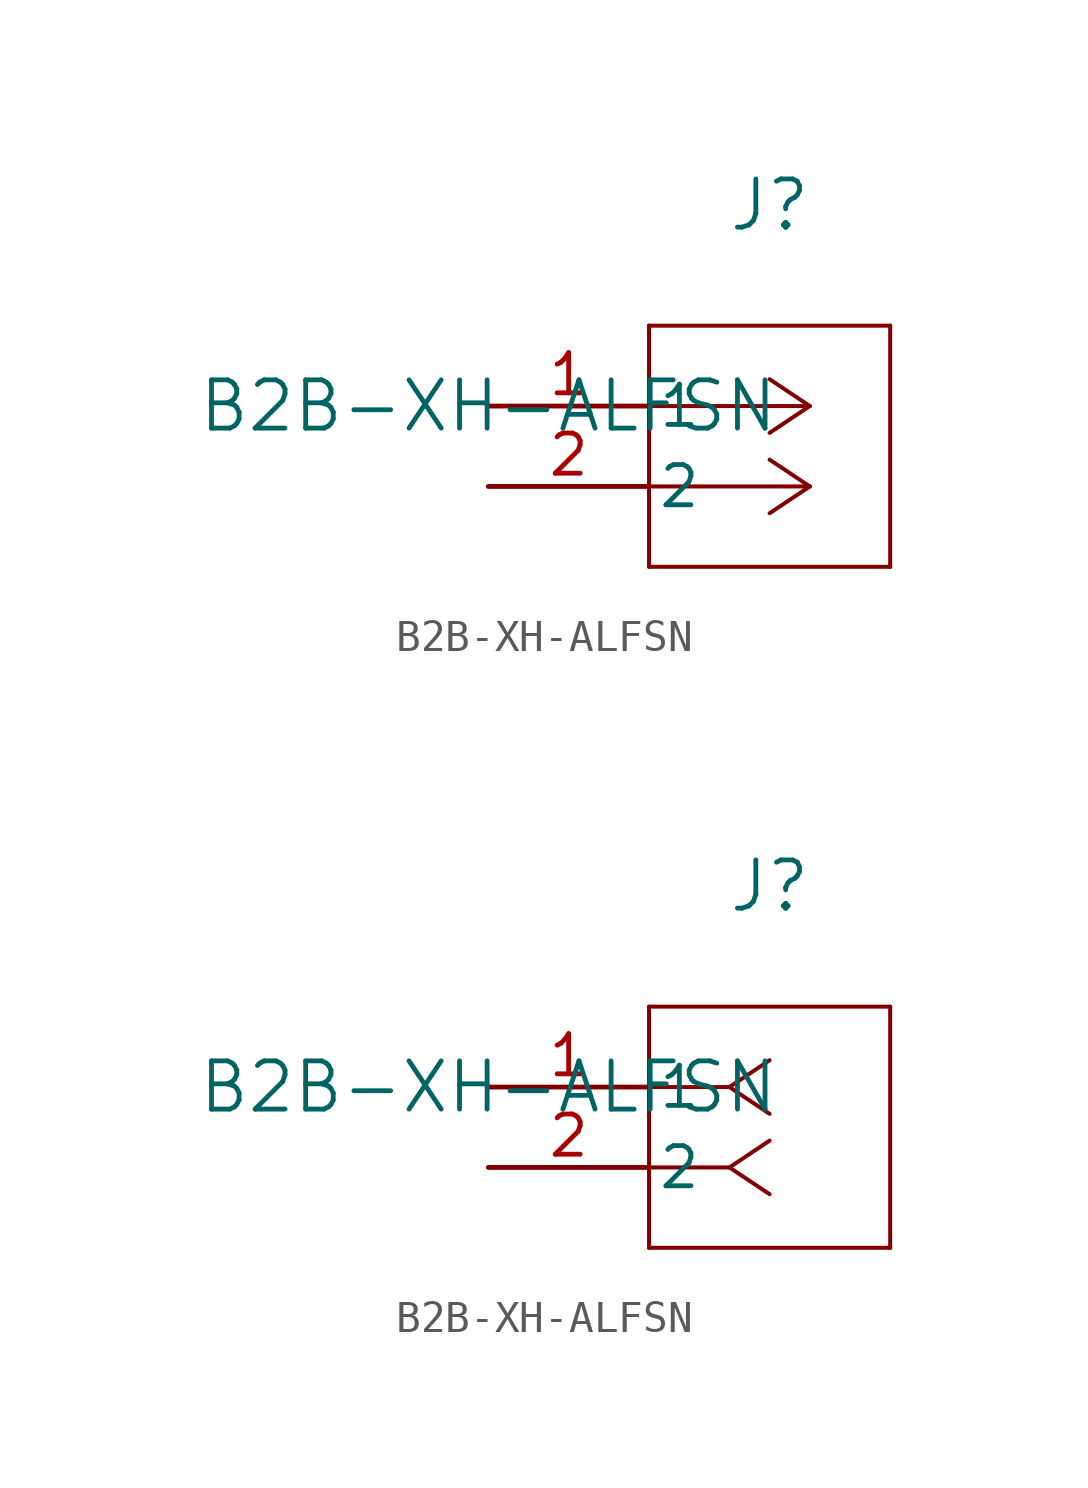
<source format=kicad_sym>
(kicad_symbol_lib
  (version 20211014)
  (generator kicad_symbol_editor)
  (symbol "B2B-XH-ALFSN"
    (pin_names
      (offset 0.254))
    (property "Reference" "J"
      (at 8.89 6.35 0)
      (effects (font (size 1.524 1.524))))
    (property "Value" "B2B-XH-ALFSN"
      (at 0 0 0)
      (effects (font (size 1.524 1.524))))
    (symbol "B2B-XH-ALFSN_1_1"
      (polyline (pts (xy 10.16 0) (xy 5.08 0)) (stroke (width 0.127) (type default) (color 0 0 0 0)) (fill (type none)))
      (polyline (pts (xy 10.16 -2.54) (xy 5.08 -2.54)) (stroke (width 0.127) (type default) (color 0 0 0 0)) (fill (type none)))
      (polyline (pts (xy 10.16 0) (xy 8.89 0.847)) (stroke (width 0.127) (type default) (color 0 0 0 0)) (fill (type none)))
      (polyline (pts (xy 10.16 -2.54) (xy 8.89 -1.693)) (stroke (width 0.127) (type default) (color 0 0 0 0)) (fill (type none)))
      (polyline (pts (xy 10.16 0) (xy 8.89 -0.847)) (stroke (width 0.127) (type default) (color 0 0 0 0)) (fill (type none)))
      (polyline (pts (xy 10.16 -2.54) (xy 8.89 -3.387)) (stroke (width 0.127) (type default) (color 0 0 0 0)) (fill (type none)))
      (polyline (pts (xy 5.08 2.54) (xy 5.08 -5.08)) (stroke (width 0.127) (type default) (color 0 0 0 0)) (fill (type none)))
      (polyline (pts (xy 5.08 -5.08) (xy 12.7 -5.08)) (stroke (width 0.127) (type default) (color 0 0 0 0)) (fill (type none)))
      (polyline (pts (xy 12.7 -5.08) (xy 12.7 2.54)) (stroke (width 0.127) (type default) (color 0 0 0 0)) (fill (type none)))
      (polyline (pts (xy 12.7 2.54) (xy 5.08 2.54)) (stroke (width 0.127) (type default) (color 0 0 0 0)) (fill (type none)))
      (pin unspecified line (at 0 0 0) (length 5.08) (name "1" (effects (font (size 1.27 1.27)))) (number "1" (effects (font (size 1.27 1.27)))))
      (pin unspecified line (at 0 -2.54 0) (length 5.08) (name "2" (effects (font (size 1.27 1.27)))) (number "2" (effects (font (size 1.27 1.27))))))
    (symbol "B2B-XH-ALFSN_1_2"
      (polyline (pts (xy 7.62 0) (xy 5.08 0)) (stroke (width 0.127) (type default) (color 0 0 0 0)) (fill (type none)))
      (polyline (pts (xy 7.62 -2.54) (xy 5.08 -2.54)) (stroke (width 0.127) (type default) (color 0 0 0 0)) (fill (type none)))
      (polyline (pts (xy 7.62 0) (xy 8.89 0.847)) (stroke (width 0.127) (type default) (color 0 0 0 0)) (fill (type none)))
      (polyline (pts (xy 7.62 -2.54) (xy 8.89 -1.693)) (stroke (width 0.127) (type default) (color 0 0 0 0)) (fill (type none)))
      (polyline (pts (xy 7.62 0) (xy 8.89 -0.847)) (stroke (width 0.127) (type default) (color 0 0 0 0)) (fill (type none)))
      (polyline (pts (xy 7.62 -2.54) (xy 8.89 -3.387)) (stroke (width 0.127) (type default) (color 0 0 0 0)) (fill (type none)))
      (polyline (pts (xy 5.08 2.54) (xy 5.08 -5.08)) (stroke (width 0.127) (type default) (color 0 0 0 0)) (fill (type none)))
      (polyline (pts (xy 5.08 -5.08) (xy 12.7 -5.08)) (stroke (width 0.127) (type default) (color 0 0 0 0)) (fill (type none)))
      (polyline (pts (xy 12.7 -5.08) (xy 12.7 2.54)) (stroke (width 0.127) (type default) (color 0 0 0 0)) (fill (type none)))
      (polyline (pts (xy 12.7 2.54) (xy 5.08 2.54)) (stroke (width 0.127) (type default) (color 0 0 0 0)) (fill (type none)))
      (pin unspecified line (at 0 0 0) (length 5.08) (name "1" (effects (font (size 1.27 1.27)))) (number "1" (effects (font (size 1.27 1.27)))))
      (pin unspecified line (at 0 -2.54 0) (length 5.08) (name "2" (effects (font (size 1.27 1.27)))) (number "2" (effects (font (size 1.27 1.27))))))))
</source>
